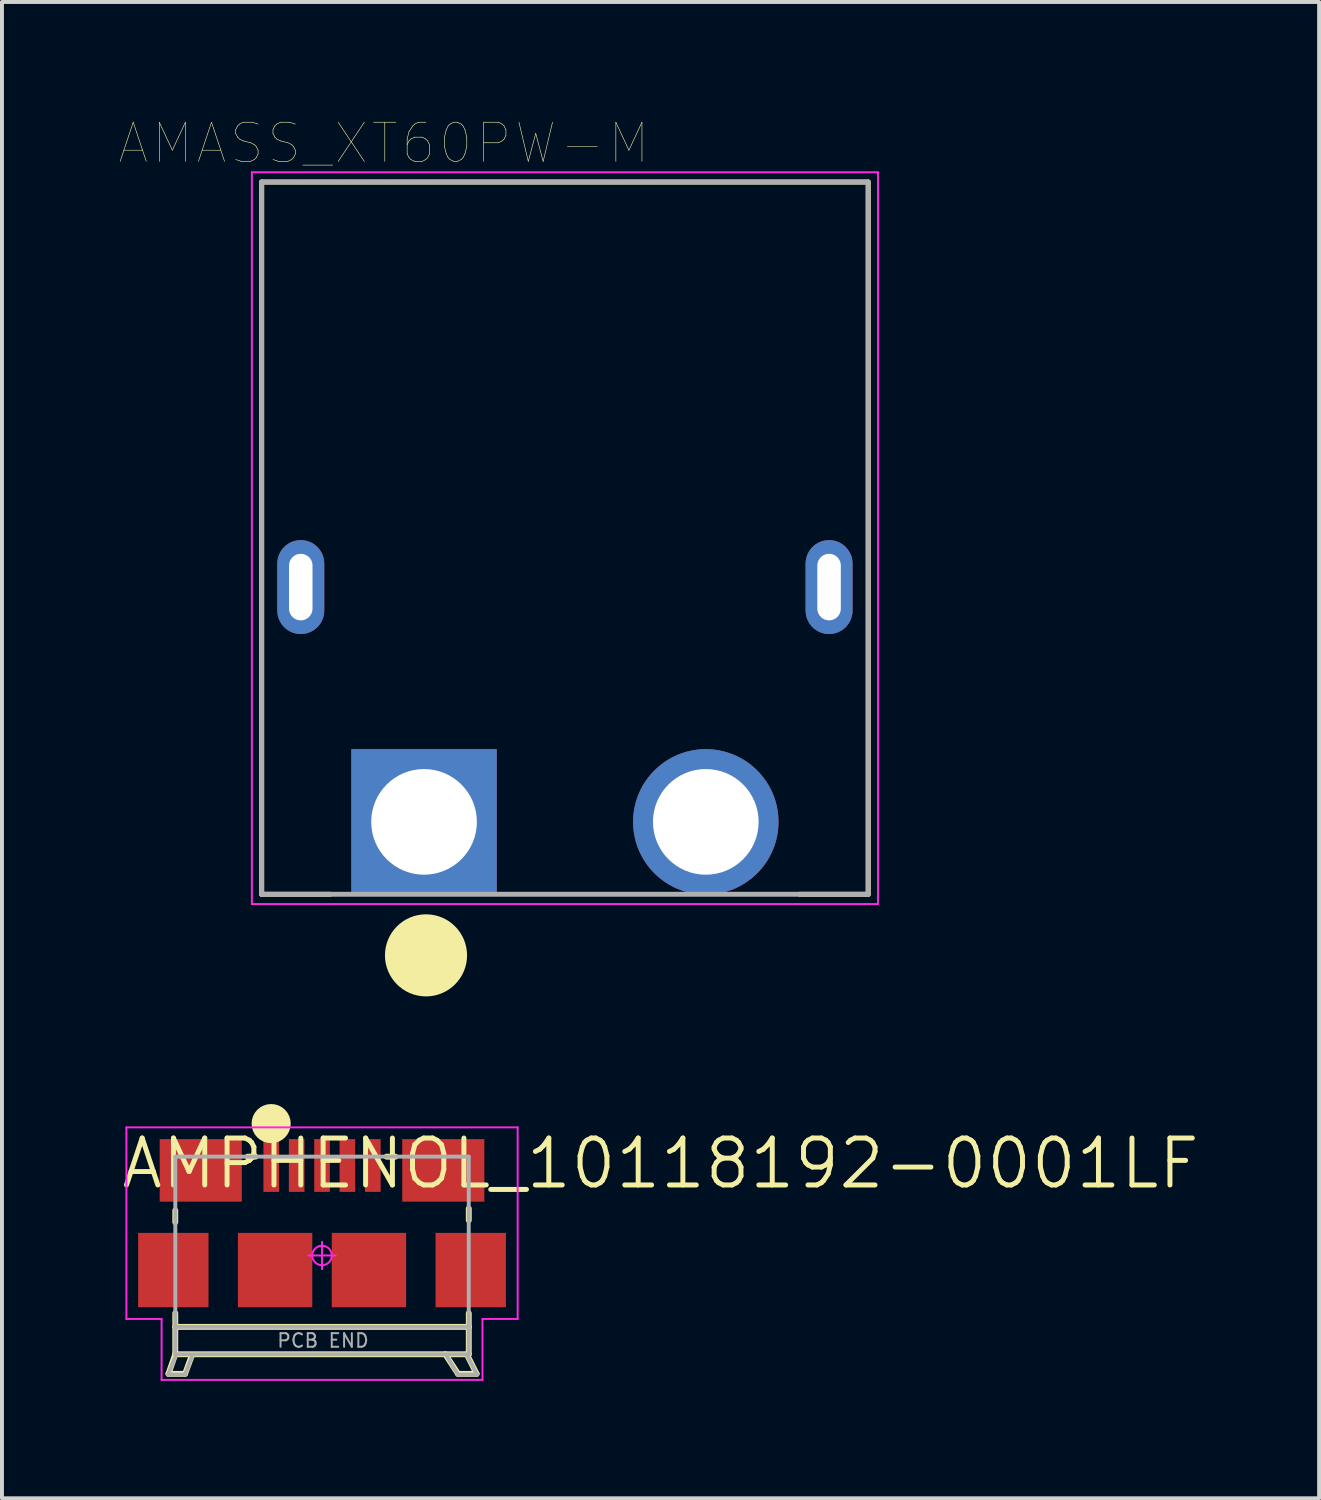
<source format=kicad_pcb>
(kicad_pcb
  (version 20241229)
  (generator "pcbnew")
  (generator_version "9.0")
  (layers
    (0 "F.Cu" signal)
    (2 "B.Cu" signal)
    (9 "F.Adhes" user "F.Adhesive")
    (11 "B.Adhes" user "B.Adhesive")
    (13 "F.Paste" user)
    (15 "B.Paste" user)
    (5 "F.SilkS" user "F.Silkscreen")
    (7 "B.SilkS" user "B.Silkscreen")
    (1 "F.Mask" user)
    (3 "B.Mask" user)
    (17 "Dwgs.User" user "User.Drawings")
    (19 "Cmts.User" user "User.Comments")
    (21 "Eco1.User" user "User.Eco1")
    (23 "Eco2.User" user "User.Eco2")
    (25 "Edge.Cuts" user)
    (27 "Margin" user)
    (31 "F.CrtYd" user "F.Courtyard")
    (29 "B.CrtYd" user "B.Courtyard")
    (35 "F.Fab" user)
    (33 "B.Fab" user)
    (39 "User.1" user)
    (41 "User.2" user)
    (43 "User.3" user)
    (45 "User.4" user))
  (footprint "AMPHENOL_10118192-0001LF"
    (layer "F.Cu")
    (at 5.179 29.032)
    (property "Reference" "AMPHENOL_10118192-0001LF" (at 8.65 -2.35 0) (layer "F.SilkS") (effects (font (size 1.199 1.199) (thickness 0.127))))
    (attr smd)
    (fp_line (start -3.925 3.025) (end -3.5 3.025) (stroke (width 0.15) (type solid)) (layer "F.SilkS"))
    (fp_line (start -3.75 -1.15) (end -3.75 -0.85) (stroke (width 0.15) (type solid)) (layer "F.SilkS"))
    (fp_line (start -3.75 1.475) (end -3.75 2.525) (stroke (width 0.15) (type solid)) (layer "F.SilkS"))
    (fp_line (start -3.75 1.825) (end 3.75 1.825) (stroke (width 0.15) (type solid)) (layer "F.SilkS"))
    (fp_line (start -3.75 2.525) (end -3.925 3.025) (stroke (width 0.15) (type solid)) (layer "F.SilkS"))
    (fp_line (start -3.75 2.525) (end 3.75 2.525) (stroke (width 0.15) (type solid)) (layer "F.SilkS"))
    (fp_line (start -3.5 3.025) (end -3.325 2.55) (stroke (width 0.15) (type solid)) (layer "F.SilkS"))
    (fp_line (start -1.9 -2.525) (end -1.7 -2.525) (stroke (width 0.15) (type solid)) (layer "F.SilkS"))
    (fp_line (start 1.65 -2.525) (end 1.875 -2.525) (stroke (width 0.15) (type solid)) (layer "F.SilkS"))
    (fp_line (start 3.15 2.525) (end 3.475 3.025) (stroke (width 0.15) (type solid)) (layer "F.SilkS"))
    (fp_line (start 3.475 3.025) (end 3.95 3.025) (stroke (width 0.15) (type solid)) (layer "F.SilkS"))
    (fp_line (start 3.75 -1.2) (end 3.75 -0.9) (stroke (width 0.15) (type solid)) (layer "F.SilkS"))
    (fp_line (start 3.75 2.525) (end 3.75 1.475) (stroke (width 0.15) (type solid)) (layer "F.SilkS"))
    (fp_line (start 3.95 3.025) (end 3.7 2.525) (stroke (width 0.15) (type solid)) (layer "F.SilkS"))
    (fp_circle (center -1.3 -3.37) (end -1.3 -3.37) (stroke (width 0.5) (type solid)) (fill no) (layer "F.SilkS"))
    (fp_line (start -4.999 -3.274) (end -4.999 1.623) (stroke (width 0.05) (type solid)) (layer "F.CrtYd"))
    (fp_line (start -4.999 1.623) (end -4.1 1.623) (stroke (width 0.05) (type solid)) (layer "F.CrtYd"))
    (fp_line (start -4.1 1.623) (end -4.1 3.18) (stroke (width 0.05) (type solid)) (layer "F.CrtYd"))
    (fp_line (start -4.1 3.18) (end 4.1 3.18) (stroke (width 0.05) (type solid)) (layer "F.CrtYd"))
    (fp_line (start 0 -0.348) (end 0 0.348) (stroke (width 0.05) (type solid)) (layer "F.CrtYd"))
    (fp_line (start 0.348 0) (end -0.348 0) (stroke (width 0.05) (type solid)) (layer "F.CrtYd"))
    (fp_line (start 4.1 1.623) (end 4.999 1.623) (stroke (width 0.05) (type solid)) (layer "F.CrtYd"))
    (fp_line (start 4.1 3.18) (end 4.1 1.623) (stroke (width 0.05) (type solid)) (layer "F.CrtYd"))
    (fp_line (start 4.999 -3.274) (end -4.999 -3.274) (stroke (width 0.05) (type solid)) (layer "F.CrtYd"))
    (fp_line (start 4.999 1.623) (end 4.999 -3.274) (stroke (width 0.05) (type solid)) (layer "F.CrtYd"))
    (fp_circle (center 0 0) (end 0.249 0) (stroke (width 0.05) (type solid)) (fill no) (layer "F.CrtYd"))
    (fp_line (start -3.932 3.043) (end -3.5 3.043) (stroke (width 0.1) (type solid)) (layer "F.Fab"))
    (fp_line (start -3.749 -2.525) (end 3.749 -2.525) (stroke (width 0.1) (type solid)) (layer "F.Fab"))
    (fp_line (start -3.749 1.504) (end -3.749 -2.525) (stroke (width 0.1) (type solid)) (layer "F.Fab"))
    (fp_line (start -3.749 1.824) (end -3.749 1.504) (stroke (width 0.1) (type solid)) (layer "F.Fab"))
    (fp_line (start -3.749 1.824) (end 3.749 1.824) (stroke (width 0.1) (type solid)) (layer "F.Fab"))
    (fp_line (start -3.749 2.525) (end -3.749 1.824) (stroke (width 0.1) (type solid)) (layer "F.Fab"))
    (fp_line (start -3.741 2.56) (end -3.932 3.043) (stroke (width 0.1) (type solid)) (layer "F.Fab"))
    (fp_line (start -3.5 3.043) (end -3.32 2.57) (stroke (width 0.1) (type solid)) (layer "F.Fab"))
    (fp_line (start 3.193 2.581) (end 3.472 3.043) (stroke (width 0.1) (type solid)) (layer "F.Fab"))
    (fp_line (start 3.472 3.043) (end 3.962 3.043) (stroke (width 0.1) (type solid)) (layer "F.Fab"))
    (fp_line (start 3.749 -2.525) (end 3.749 1.824) (stroke (width 0.1) (type solid)) (layer "F.Fab"))
    (fp_line (start 3.749 1.824) (end 3.749 2.525) (stroke (width 0.1) (type solid)) (layer "F.Fab"))
    (fp_line (start 3.749 2.525) (end -3.749 2.525) (stroke (width 0.1) (type solid)) (layer "F.Fab"))
    (fp_line (start 3.962 3.043) (end 3.711 2.56) (stroke (width 0.1) (type solid)) (layer "F.Fab"))
    (fp_text user "PCB END" (at 0.025 2.175 0) (layer "F.Fab") (effects (font (size 0.348 0.348) (thickness 0.05))))
    (pad "1" smd rect (at -1.298 -2.299) (size 0.399 1.349) (layers "F.Cu" "F.Mask" "F.Paste"))
    (pad "2" smd rect (at -0.648 -2.299) (size 0.399 1.349) (layers "F.Cu" "F.Mask" "F.Paste"))
    (pad "3" smd rect (at 0 -2.299) (size 0.399 1.349) (layers "F.Cu" "F.Mask" "F.Paste"))
    (pad "4" smd rect (at 0.648 -2.299) (size 0.399 1.349) (layers "F.Cu" "F.Mask" "F.Paste"))
    (pad "5" smd rect (at 1.298 -2.299) (size 0.399 1.349) (layers "F.Cu" "F.Mask" "F.Paste"))
    (pad "5" smd rect (at 3.099 -2.174) (size 2.098 1.598) (layers "F.Cu" "F.Mask" "F.Paste"))
    (pad "6" smd rect (at -3.8 0.373) (size 1.798 1.9) (layers "F.Cu" "F.Mask" "F.Paste"))
    (pad "6" smd rect (at -3.099 -2.174) (size 2.098 1.598) (layers "F.Cu" "F.Mask" "F.Paste"))
    (pad "6" smd rect (at -1.199 0.373) (size 1.9 1.9) (layers "F.Cu" "F.Mask" "F.Paste"))
    (pad "6" smd rect (at 1.199 0.373) (size 1.9 1.9) (layers "F.Cu" "F.Mask" "F.Paste"))
    (pad "6" smd rect (at 3.8 0.373) (size 1.798 1.9) (layers "F.Cu" "F.Mask" "F.Paste")))
  (footprint "AMASS_XT60PW-M"
    (layer "F.Cu")
    (at 11.386 10.702)
    (property "Reference" "AMASS_XT60PW-M" (at -4.627 -10.09 0) (layer "F.SilkS") (effects (font (size 1 1) (thickness 0.015))))
    (fp_line (start -7.75 -9.1) (end -7.75 9.1) (stroke (width 0.127) (type solid)) (layer "F.SilkS"))
    (fp_line (start -7.75 9.1) (end -6 9.1) (stroke (width 0.127) (type solid)) (layer "F.SilkS"))
    (fp_line (start 7.75 -9.1) (end -7.75 -9.1) (stroke (width 0.127) (type solid)) (layer "F.SilkS"))
    (fp_line (start 7.75 9.1) (end 6 9.1) (stroke (width 0.127) (type solid)) (layer "F.SilkS"))
    (fp_line (start 7.75 9.1) (end 7.75 -9.1) (stroke (width 0.127) (type solid)) (layer "F.SilkS"))
    (fp_circle (center -3.55 10.661) (end -2.651 10.661) (stroke (width 0.3) (type solid)) (fill yes) (layer "F.SilkS"))
    (fp_line (start -8 -9.35) (end 8 -9.35) (stroke (width 0.05) (type solid)) (layer "F.CrtYd"))
    (fp_line (start -8 9.35) (end -8 -9.35) (stroke (width 0.05) (type solid)) (layer "F.CrtYd"))
    (fp_line (start 8 -9.35) (end 8 9.35) (stroke (width 0.05) (type solid)) (layer "F.CrtYd"))
    (fp_line (start 8 9.35) (end -8 9.35) (stroke (width 0.05) (type solid)) (layer "F.CrtYd"))
    (fp_line (start -7.75 -9.1) (end -7.75 9.1) (stroke (width 0.127) (type solid)) (layer "F.Fab"))
    (fp_line (start -7.75 9.1) (end 7.75 9.1) (stroke (width 0.127) (type solid)) (layer "F.Fab"))
    (fp_line (start 7.75 -9.1) (end -7.75 -9.1) (stroke (width 0.127) (type solid)) (layer "F.Fab"))
    (fp_line (start 7.75 9.1) (end 7.75 -9.1) (stroke (width 0.127) (type solid)) (layer "F.Fab"))
    (pad "1" thru_hole rect (at -3.6 7.25) (size 3.716 3.716) (drill 2.7) (layers "*.Cu" "*.Mask"))
    (pad "2" thru_hole circle (at 3.6 7.25) (size 3.716 3.716) (drill 2.7) (layers "*.Cu" "*.Mask"))
    (pad "3" thru_hole oval (at -6.75 1.25) (size 1.2 2.4) (drill oval 0.6 1.7) (layers "*.Cu" "B.Mask"))
    (pad "3" thru_hole oval (at 6.75 1.25) (size 1.2 2.4) (drill oval 0.6 1.7) (layers "*.Cu" "*.Mask")))
  (gr_rect
    (start -3 -3)
    (end 30.658 35.237)
    (stroke (width 0.1) (type default))
    (fill no)
    (layer "Edge.Cuts")))
</source>
